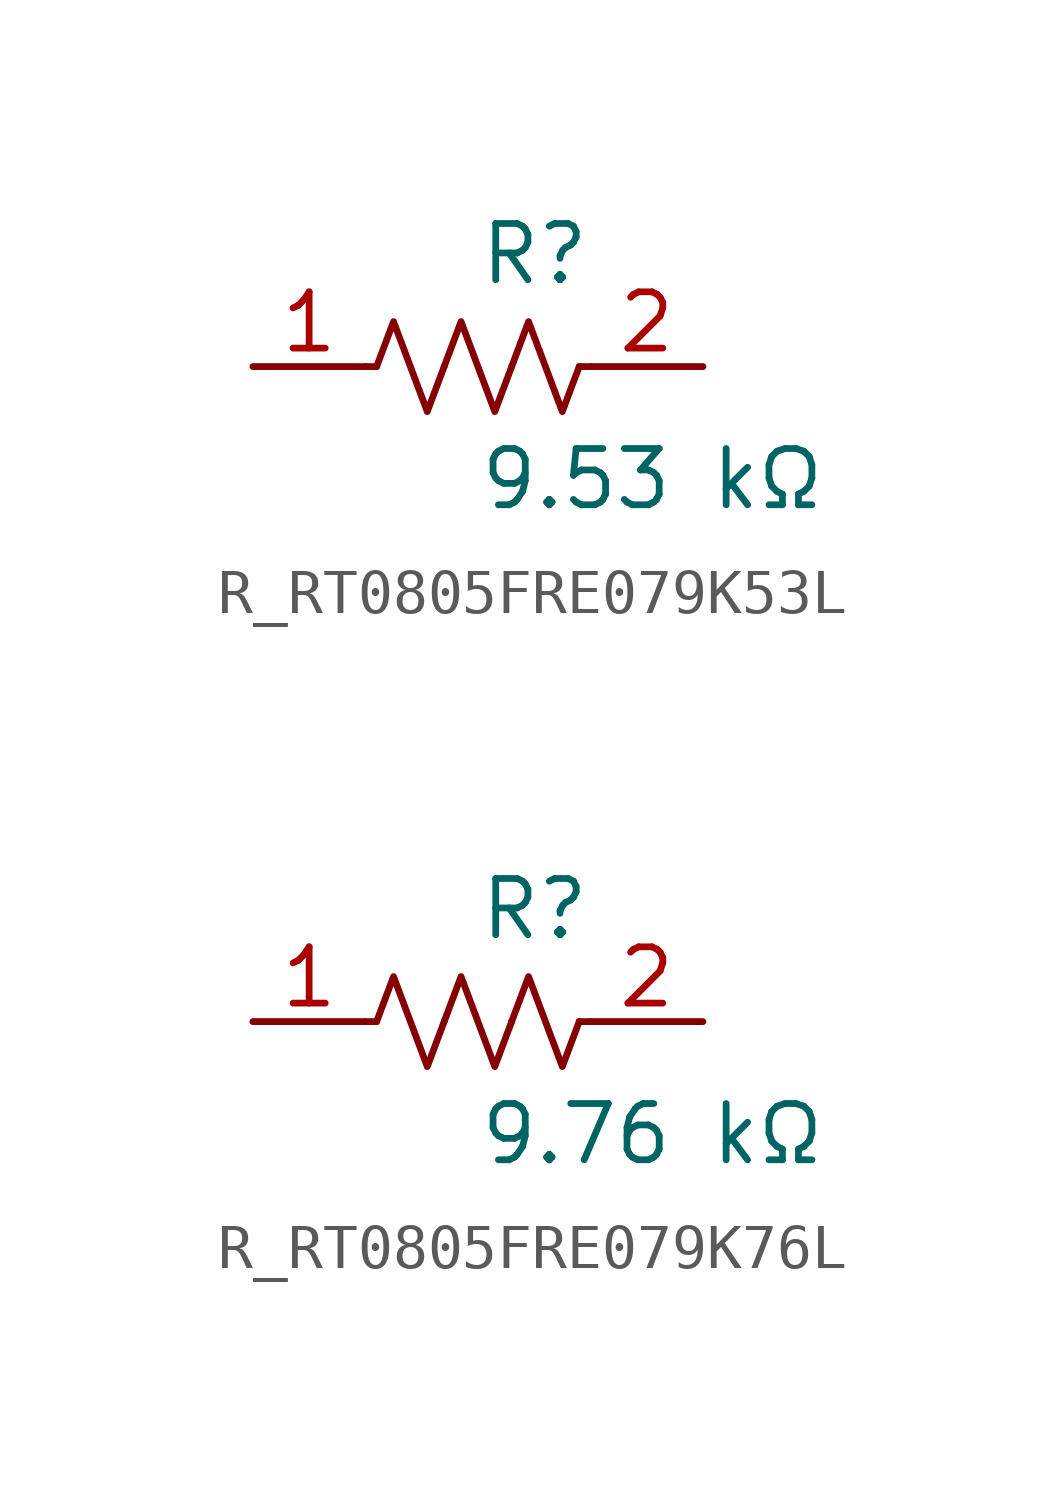
<source format=kicad_sym>
(kicad_symbol_lib
  (version 20231120)
  (generator kicad_symbol_editor)
  (generator_version 8.0)
  (symbol "R_RT0805FRE079K53L"
    (pin_names
      (offset 0.254))
    (property "Reference" "R"
      (at 0.0 2.54 0)
      (effects (font (size 1.27 1.27)) (justify left)))
    (property "Value" "9.53 kΩ"
      (at 0.0 -2.54 0)
      (effects (font (size 1.27 1.27)) (justify left)))
    (symbol "R_RT0805FRE079K53L_0_1"
      (polyline (pts (xy 2.286 0) (xy 2.54 0)) (stroke (width 0) (type default)) (fill (type none)))
      (polyline (pts (xy -2.286 0) (xy -2.54 0)) (stroke (width 0) (type default)) (fill (type none)))
      (polyline (pts (xy 0.762 0) (xy 1.143 1.016) (xy 1.524 0) (xy 1.905 -1.016) (xy 2.286 0)) (stroke (width 0) (type default)) (fill (type none)))
      (polyline (pts (xy -0.762 0) (xy -0.381 1.016) (xy 0 0) (xy 0.381 -1.016) (xy 0.762 0)) (stroke (width 0) (type default)) (fill (type none)))
      (polyline (pts (xy -2.286 0) (xy -1.905 1.016) (xy -1.524 0) (xy -1.143 -1.016) (xy -0.762 0)) (stroke (width 0) (type default)) (fill (type none))))
    (pin unspecified line
      (at -5.08 0 0)
      (length 2.54)
      (name "" (effects (font (size 1.27 1.27))))
      (number "1" (effects (font (size 1.27 1.27)))))
    (pin unspecified line
      (at 5.08 0 180)
      (length 2.54)
      (name "" (effects (font (size 1.27 1.27))))
      (number "2" (effects (font (size 1.27 1.27))))))
  (symbol "R_RT0805FRE079K76L"
    (pin_names
      (offset 0.254))
    (property "Reference" "R"
      (at 0.0 2.54 0)
      (effects (font (size 1.27 1.27)) (justify left)))
    (property "Value" "9.76 kΩ"
      (at 0.0 -2.54 0)
      (effects (font (size 1.27 1.27)) (justify left)))
    (symbol "R_RT0805FRE079K76L_0_1"
      (polyline (pts (xy 2.286 0) (xy 2.54 0)) (stroke (width 0) (type default)) (fill (type none)))
      (polyline (pts (xy -2.286 0) (xy -2.54 0)) (stroke (width 0) (type default)) (fill (type none)))
      (polyline (pts (xy 0.762 0) (xy 1.143 1.016) (xy 1.524 0) (xy 1.905 -1.016) (xy 2.286 0)) (stroke (width 0) (type default)) (fill (type none)))
      (polyline (pts (xy -0.762 0) (xy -0.381 1.016) (xy 0 0) (xy 0.381 -1.016) (xy 0.762 0)) (stroke (width 0) (type default)) (fill (type none)))
      (polyline (pts (xy -2.286 0) (xy -1.905 1.016) (xy -1.524 0) (xy -1.143 -1.016) (xy -0.762 0)) (stroke (width 0) (type default)) (fill (type none))))
    (pin unspecified line
      (at -5.08 0 0)
      (length 2.54)
      (name "" (effects (font (size 1.27 1.27))))
      (number "1" (effects (font (size 1.27 1.27)))))
    (pin unspecified line
      (at 5.08 0 180)
      (length 2.54)
      (name "" (effects (font (size 1.27 1.27))))
      (number "2" (effects (font (size 1.27 1.27)))))))
</source>
